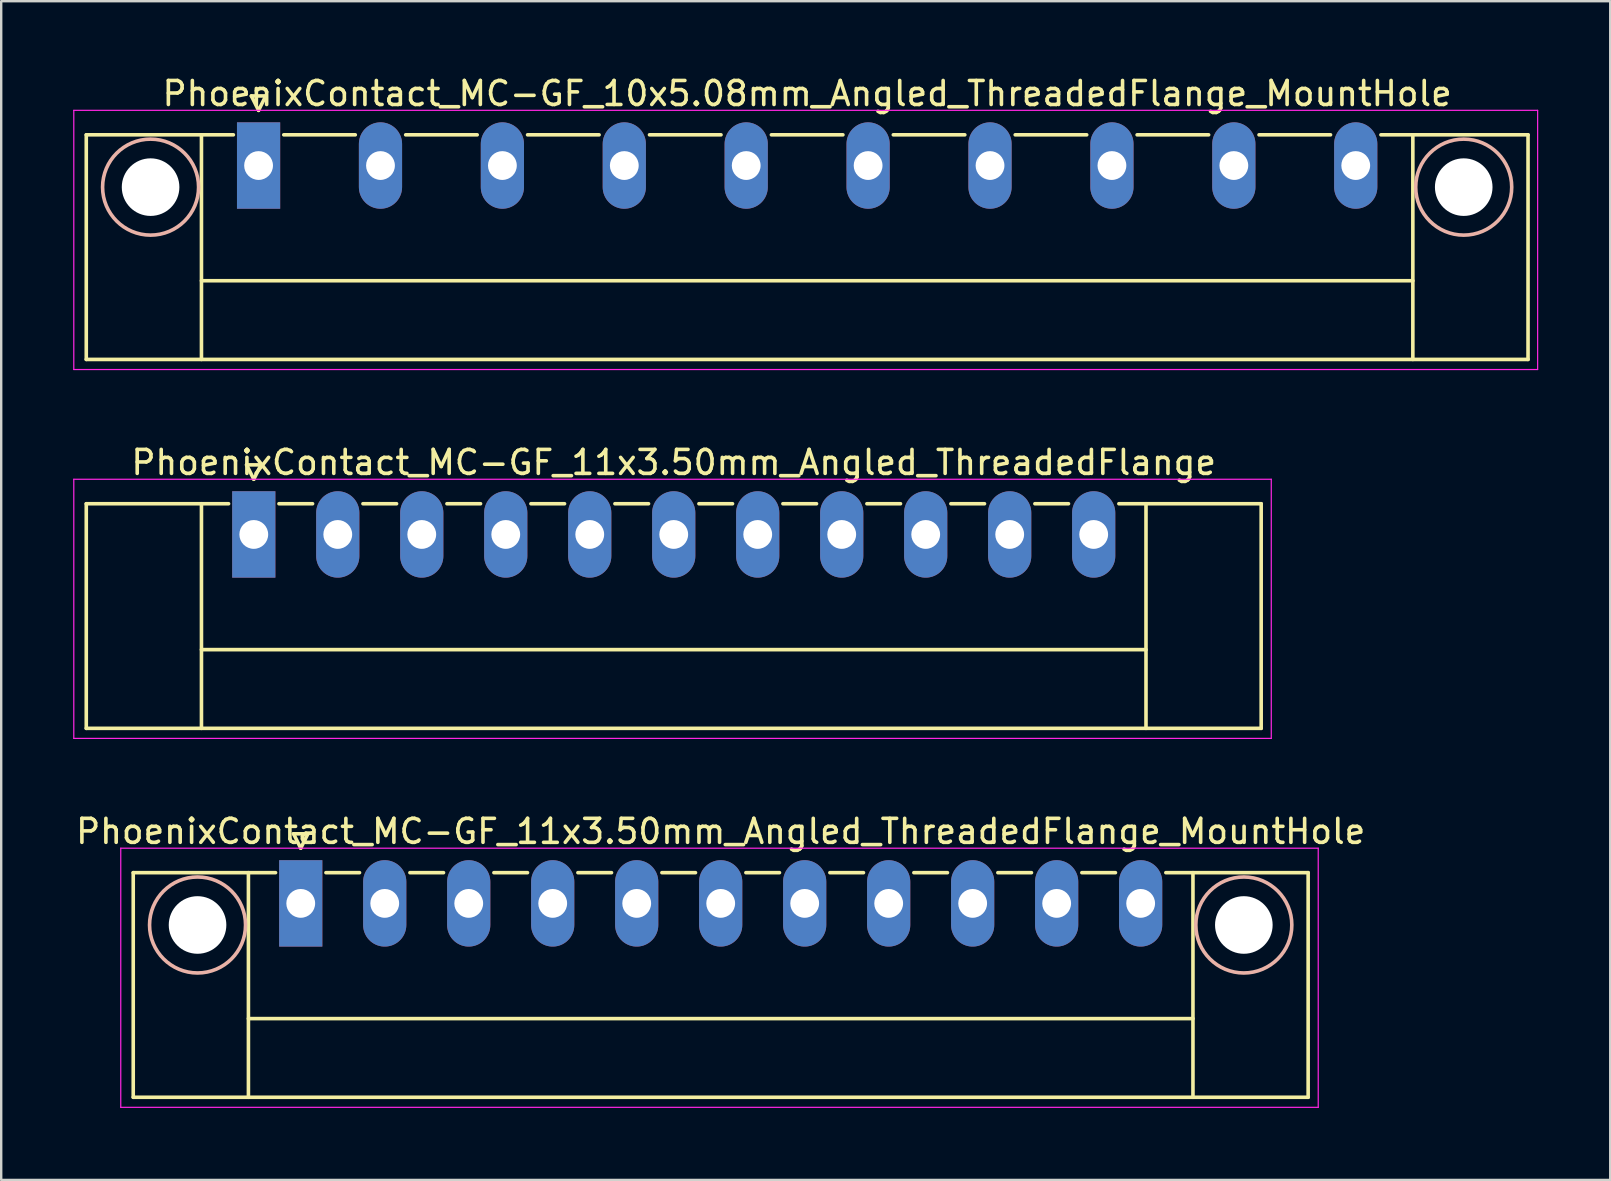
<source format=kicad_pcb>
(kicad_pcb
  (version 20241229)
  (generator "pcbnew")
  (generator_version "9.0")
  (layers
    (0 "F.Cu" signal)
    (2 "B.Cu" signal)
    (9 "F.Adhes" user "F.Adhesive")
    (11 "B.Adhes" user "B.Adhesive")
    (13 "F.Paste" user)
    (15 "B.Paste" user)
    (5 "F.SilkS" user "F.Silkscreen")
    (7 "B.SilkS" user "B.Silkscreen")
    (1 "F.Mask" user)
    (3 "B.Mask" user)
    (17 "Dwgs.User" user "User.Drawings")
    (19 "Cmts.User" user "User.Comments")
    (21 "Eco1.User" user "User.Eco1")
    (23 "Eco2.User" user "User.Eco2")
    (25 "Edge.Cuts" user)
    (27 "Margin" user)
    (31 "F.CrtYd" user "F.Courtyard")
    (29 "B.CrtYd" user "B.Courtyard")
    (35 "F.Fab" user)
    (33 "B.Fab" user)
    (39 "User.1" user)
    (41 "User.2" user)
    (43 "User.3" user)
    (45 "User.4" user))
  (footprint "PhoenixContact_MC-GF_10x5.08mm_Angled_ThreadedFlange_MountHole"
    (layer "F.Cu")
    (at 7.725 3.848)
    (property "Reference" "PhoenixContact_MC-GF_10x5.08mm_Angled_ThreadedFlange_MountHole" (at 22.86 -3 0) (layer "F.SilkS") (effects (font (size 1 1) (thickness 0.15))))
    (attr through_hole)
    (fp_line (start -7.18 -1.28) (end -7.18 8.08) (stroke (width 0.15) (type solid)) (layer "F.SilkS"))
    (fp_line (start -7.18 -1.28) (end -1.05 -1.28) (stroke (width 0.15) (type solid)) (layer "F.SilkS"))
    (fp_line (start -7.18 8.08) (end 52.9 8.08) (stroke (width 0.15) (type solid)) (layer "F.SilkS"))
    (fp_line (start -2.38 -1.28) (end -2.38 8.08) (stroke (width 0.15) (type solid)) (layer "F.SilkS"))
    (fp_line (start -2.38 4.8) (end 48.1 4.8) (stroke (width 0.15) (type solid)) (layer "F.SilkS"))
    (fp_line (start -0.3 -2.9) (end 0 -2.3) (stroke (width 0.15) (type solid)) (layer "F.SilkS"))
    (fp_line (start 0 -2.3) (end 0.3 -2.9) (stroke (width 0.15) (type solid)) (layer "F.SilkS"))
    (fp_line (start 0.3 -2.9) (end -0.3 -2.9) (stroke (width 0.15) (type solid)) (layer "F.SilkS"))
    (fp_line (start 1.05 -1.28) (end 4.03 -1.28) (stroke (width 0.15) (type solid)) (layer "F.SilkS"))
    (fp_line (start 6.13 -1.28) (end 9.11 -1.28) (stroke (width 0.15) (type solid)) (layer "F.SilkS"))
    (fp_line (start 11.21 -1.28) (end 14.19 -1.28) (stroke (width 0.15) (type solid)) (layer "F.SilkS"))
    (fp_line (start 16.29 -1.28) (end 19.27 -1.28) (stroke (width 0.15) (type solid)) (layer "F.SilkS"))
    (fp_line (start 21.37 -1.28) (end 24.35 -1.28) (stroke (width 0.15) (type solid)) (layer "F.SilkS"))
    (fp_line (start 26.45 -1.28) (end 29.43 -1.28) (stroke (width 0.15) (type solid)) (layer "F.SilkS"))
    (fp_line (start 31.53 -1.28) (end 34.51 -1.28) (stroke (width 0.15) (type solid)) (layer "F.SilkS"))
    (fp_line (start 36.61 -1.28) (end 39.59 -1.28) (stroke (width 0.15) (type solid)) (layer "F.SilkS"))
    (fp_line (start 41.69 -1.28) (end 44.67 -1.28) (stroke (width 0.15) (type solid)) (layer "F.SilkS"))
    (fp_line (start 48.1 -1.28) (end 48.1 8.08) (stroke (width 0.15) (type solid)) (layer "F.SilkS"))
    (fp_line (start 52.9 -1.28) (end 46.77 -1.28) (stroke (width 0.15) (type solid)) (layer "F.SilkS"))
    (fp_line (start 52.9 8.08) (end 52.9 -1.28) (stroke (width 0.15) (type solid)) (layer "F.SilkS"))
    (fp_circle (center -4.5 0.9) (end -2.5 0.9) (stroke (width 0.15) (type solid)) (fill no) (layer "B.SilkS"))
    (fp_circle (center 50.22 0.9) (end 52.22 0.9) (stroke (width 0.15) (type solid)) (fill no) (layer "B.SilkS"))
    (fp_line (start -7.7 -2.3) (end -7.7 8.5) (stroke (width 0.05) (type solid)) (layer "F.CrtYd"))
    (fp_line (start -7.7 8.5) (end 53.3 8.5) (stroke (width 0.05) (type solid)) (layer "F.CrtYd"))
    (fp_line (start 53.3 -2.3) (end -7.7 -2.3) (stroke (width 0.05) (type solid)) (layer "F.CrtYd"))
    (fp_line (start 53.3 8.5) (end 53.3 -2.3) (stroke (width 0.05) (type solid)) (layer "F.CrtYd"))
    (pad "" np_thru_hole circle (at -4.5 0.9) (size 2.4 2.4) (drill 2.4) (layers "*.Cu" "*.Mask"))
    (pad "" np_thru_hole circle (at 50.22 0.9) (size 2.4 2.4) (drill 2.4) (layers "*.Cu" "*.Mask"))
    (pad "1" thru_hole rect (at 0 0) (size 1.8 3.6) (drill 1.2) (layers "*.Cu" "*.Mask"))
    (pad "2" thru_hole oval (at 5.08 0) (size 1.8 3.6) (drill 1.2) (layers "*.Cu" "*.Mask"))
    (pad "3" thru_hole oval (at 10.16 0) (size 1.8 3.6) (drill 1.2) (layers "*.Cu" "*.Mask"))
    (pad "4" thru_hole oval (at 15.24 0) (size 1.8 3.6) (drill 1.2) (layers "*.Cu" "*.Mask"))
    (pad "5" thru_hole oval (at 20.32 0) (size 1.8 3.6) (drill 1.2) (layers "*.Cu" "*.Mask"))
    (pad "6" thru_hole oval (at 25.4 0) (size 1.8 3.6) (drill 1.2) (layers "*.Cu" "*.Mask"))
    (pad "7" thru_hole oval (at 30.48 0) (size 1.8 3.6) (drill 1.2) (layers "*.Cu" "*.Mask"))
    (pad "8" thru_hole oval (at 35.56 0) (size 1.8 3.6) (drill 1.2) (layers "*.Cu" "*.Mask"))
    (pad "9" thru_hole oval (at 40.64 0) (size 1.8 3.6) (drill 1.2) (layers "*.Cu" "*.Mask"))
    (pad "10" thru_hole oval (at 45.72 0) (size 1.8 3.6) (drill 1.2) (layers "*.Cu" "*.Mask")))
  (footprint "PhoenixContact_MC-GF_11x3.50mm_Angled_ThreadedFlange"
    (layer "F.Cu")
    (at 7.525 19.221)
    (property "Reference" "PhoenixContact_MC-GF_11x3.50mm_Angled_ThreadedFlange" (at 17.5 -3 0) (layer "F.SilkS") (effects (font (size 1 1) (thickness 0.15))))
    (attr through_hole)
    (fp_line (start -6.98 -1.28) (end -6.98 8.08) (stroke (width 0.15) (type solid)) (layer "F.SilkS"))
    (fp_line (start -6.98 -1.28) (end -1.05 -1.28) (stroke (width 0.15) (type solid)) (layer "F.SilkS"))
    (fp_line (start -6.98 8.08) (end 41.98 8.08) (stroke (width 0.15) (type solid)) (layer "F.SilkS"))
    (fp_line (start -2.18 -1.28) (end -2.18 8.08) (stroke (width 0.15) (type solid)) (layer "F.SilkS"))
    (fp_line (start -2.18 4.8) (end 37.18 4.8) (stroke (width 0.15) (type solid)) (layer "F.SilkS"))
    (fp_line (start -0.3 -2.9) (end 0 -2.3) (stroke (width 0.15) (type solid)) (layer "F.SilkS"))
    (fp_line (start 0 -2.3) (end 0.3 -2.9) (stroke (width 0.15) (type solid)) (layer "F.SilkS"))
    (fp_line (start 0.3 -2.9) (end -0.3 -2.9) (stroke (width 0.15) (type solid)) (layer "F.SilkS"))
    (fp_line (start 1.05 -1.28) (end 2.45 -1.28) (stroke (width 0.15) (type solid)) (layer "F.SilkS"))
    (fp_line (start 4.55 -1.28) (end 5.95 -1.28) (stroke (width 0.15) (type solid)) (layer "F.SilkS"))
    (fp_line (start 8.05 -1.28) (end 9.45 -1.28) (stroke (width 0.15) (type solid)) (layer "F.SilkS"))
    (fp_line (start 11.55 -1.28) (end 12.95 -1.28) (stroke (width 0.15) (type solid)) (layer "F.SilkS"))
    (fp_line (start 15.05 -1.28) (end 16.45 -1.28) (stroke (width 0.15) (type solid)) (layer "F.SilkS"))
    (fp_line (start 18.55 -1.28) (end 19.95 -1.28) (stroke (width 0.15) (type solid)) (layer "F.SilkS"))
    (fp_line (start 22.05 -1.28) (end 23.45 -1.28) (stroke (width 0.15) (type solid)) (layer "F.SilkS"))
    (fp_line (start 25.55 -1.28) (end 26.95 -1.28) (stroke (width 0.15) (type solid)) (layer "F.SilkS"))
    (fp_line (start 29.05 -1.28) (end 30.45 -1.28) (stroke (width 0.15) (type solid)) (layer "F.SilkS"))
    (fp_line (start 32.55 -1.28) (end 33.95 -1.28) (stroke (width 0.15) (type solid)) (layer "F.SilkS"))
    (fp_line (start 37.18 -1.28) (end 37.18 8.08) (stroke (width 0.15) (type solid)) (layer "F.SilkS"))
    (fp_line (start 41.98 -1.28) (end 36.05 -1.28) (stroke (width 0.15) (type solid)) (layer "F.SilkS"))
    (fp_line (start 41.98 8.08) (end 41.98 -1.28) (stroke (width 0.15) (type solid)) (layer "F.SilkS"))
    (fp_line (start -7.5 -2.3) (end -7.5 8.5) (stroke (width 0.05) (type solid)) (layer "F.CrtYd"))
    (fp_line (start -7.5 8.5) (end 42.4 8.5) (stroke (width 0.05) (type solid)) (layer "F.CrtYd"))
    (fp_line (start 42.4 -2.3) (end -7.5 -2.3) (stroke (width 0.05) (type solid)) (layer "F.CrtYd"))
    (fp_line (start 42.4 8.5) (end 42.4 -2.3) (stroke (width 0.05) (type solid)) (layer "F.CrtYd"))
    (pad "1" thru_hole rect (at 0 0) (size 1.8 3.6) (drill 1.2) (layers "*.Cu" "*.Mask"))
    (pad "2" thru_hole oval (at 3.5 0) (size 1.8 3.6) (drill 1.2) (layers "*.Cu" "*.Mask"))
    (pad "3" thru_hole oval (at 7 0) (size 1.8 3.6) (drill 1.2) (layers "*.Cu" "*.Mask"))
    (pad "4" thru_hole oval (at 10.5 0) (size 1.8 3.6) (drill 1.2) (layers "*.Cu" "*.Mask"))
    (pad "5" thru_hole oval (at 14 0) (size 1.8 3.6) (drill 1.2) (layers "*.Cu" "*.Mask"))
    (pad "6" thru_hole oval (at 17.5 0) (size 1.8 3.6) (drill 1.2) (layers "*.Cu" "*.Mask"))
    (pad "7" thru_hole oval (at 21 0) (size 1.8 3.6) (drill 1.2) (layers "*.Cu" "*.Mask"))
    (pad "8" thru_hole oval (at 24.5 0) (size 1.8 3.6) (drill 1.2) (layers "*.Cu" "*.Mask"))
    (pad "9" thru_hole oval (at 28 0) (size 1.8 3.6) (drill 1.2) (layers "*.Cu" "*.Mask"))
    (pad "10" thru_hole oval (at 31.5 0) (size 1.8 3.6) (drill 1.2) (layers "*.Cu" "*.Mask"))
    (pad "11" thru_hole oval (at 35 0) (size 1.8 3.6) (drill 1.2) (layers "*.Cu" "*.Mask")))
  (footprint "PhoenixContact_MC-GF_11x3.50mm_Angled_ThreadedFlange_MountHole"
    (layer "F.Cu")
    (at 9.482 34.595)
    (property "Reference" "PhoenixContact_MC-GF_11x3.50mm_Angled_ThreadedFlange_MountHole" (at 17.5 -3 0) (layer "F.SilkS") (effects (font (size 1 1) (thickness 0.15))))
    (attr through_hole)
    (fp_line (start -6.98 -1.28) (end -6.98 8.08) (stroke (width 0.15) (type solid)) (layer "F.SilkS"))
    (fp_line (start -6.98 -1.28) (end -1.05 -1.28) (stroke (width 0.15) (type solid)) (layer "F.SilkS"))
    (fp_line (start -6.98 8.08) (end 41.98 8.08) (stroke (width 0.15) (type solid)) (layer "F.SilkS"))
    (fp_line (start -2.18 -1.28) (end -2.18 8.08) (stroke (width 0.15) (type solid)) (layer "F.SilkS"))
    (fp_line (start -2.18 4.8) (end 37.18 4.8) (stroke (width 0.15) (type solid)) (layer "F.SilkS"))
    (fp_line (start -0.3 -2.9) (end 0 -2.3) (stroke (width 0.15) (type solid)) (layer "F.SilkS"))
    (fp_line (start 0 -2.3) (end 0.3 -2.9) (stroke (width 0.15) (type solid)) (layer "F.SilkS"))
    (fp_line (start 0.3 -2.9) (end -0.3 -2.9) (stroke (width 0.15) (type solid)) (layer "F.SilkS"))
    (fp_line (start 1.05 -1.28) (end 2.45 -1.28) (stroke (width 0.15) (type solid)) (layer "F.SilkS"))
    (fp_line (start 4.55 -1.28) (end 5.95 -1.28) (stroke (width 0.15) (type solid)) (layer "F.SilkS"))
    (fp_line (start 8.05 -1.28) (end 9.45 -1.28) (stroke (width 0.15) (type solid)) (layer "F.SilkS"))
    (fp_line (start 11.55 -1.28) (end 12.95 -1.28) (stroke (width 0.15) (type solid)) (layer "F.SilkS"))
    (fp_line (start 15.05 -1.28) (end 16.45 -1.28) (stroke (width 0.15) (type solid)) (layer "F.SilkS"))
    (fp_line (start 18.55 -1.28) (end 19.95 -1.28) (stroke (width 0.15) (type solid)) (layer "F.SilkS"))
    (fp_line (start 22.05 -1.28) (end 23.45 -1.28) (stroke (width 0.15) (type solid)) (layer "F.SilkS"))
    (fp_line (start 25.55 -1.28) (end 26.95 -1.28) (stroke (width 0.15) (type solid)) (layer "F.SilkS"))
    (fp_line (start 29.05 -1.28) (end 30.45 -1.28) (stroke (width 0.15) (type solid)) (layer "F.SilkS"))
    (fp_line (start 32.55 -1.28) (end 33.95 -1.28) (stroke (width 0.15) (type solid)) (layer "F.SilkS"))
    (fp_line (start 37.18 -1.28) (end 37.18 8.08) (stroke (width 0.15) (type solid)) (layer "F.SilkS"))
    (fp_line (start 41.98 -1.28) (end 36.05 -1.28) (stroke (width 0.15) (type solid)) (layer "F.SilkS"))
    (fp_line (start 41.98 8.08) (end 41.98 -1.28) (stroke (width 0.15) (type solid)) (layer "F.SilkS"))
    (fp_circle (center -4.3 0.9) (end -2.3 0.9) (stroke (width 0.15) (type solid)) (fill no) (layer "B.SilkS"))
    (fp_circle (center 39.3 0.9) (end 41.3 0.9) (stroke (width 0.15) (type solid)) (fill no) (layer "B.SilkS"))
    (fp_line (start -7.5 -2.3) (end -7.5 8.5) (stroke (width 0.05) (type solid)) (layer "F.CrtYd"))
    (fp_line (start -7.5 8.5) (end 42.4 8.5) (stroke (width 0.05) (type solid)) (layer "F.CrtYd"))
    (fp_line (start 42.4 -2.3) (end -7.5 -2.3) (stroke (width 0.05) (type solid)) (layer "F.CrtYd"))
    (fp_line (start 42.4 8.5) (end 42.4 -2.3) (stroke (width 0.05) (type solid)) (layer "F.CrtYd"))
    (pad "" np_thru_hole circle (at -4.3 0.9) (size 2.4 2.4) (drill 2.4) (layers "*.Cu" "*.Mask"))
    (pad "" np_thru_hole circle (at 39.3 0.9) (size 2.4 2.4) (drill 2.4) (layers "*.Cu" "*.Mask"))
    (pad "1" thru_hole rect (at 0 0) (size 1.8 3.6) (drill 1.2) (layers "*.Cu" "*.Mask"))
    (pad "2" thru_hole oval (at 3.5 0) (size 1.8 3.6) (drill 1.2) (layers "*.Cu" "*.Mask"))
    (pad "3" thru_hole oval (at 7 0) (size 1.8 3.6) (drill 1.2) (layers "*.Cu" "*.Mask"))
    (pad "4" thru_hole oval (at 10.5 0) (size 1.8 3.6) (drill 1.2) (layers "*.Cu" "*.Mask"))
    (pad "5" thru_hole oval (at 14 0) (size 1.8 3.6) (drill 1.2) (layers "*.Cu" "*.Mask"))
    (pad "6" thru_hole oval (at 17.5 0) (size 1.8 3.6) (drill 1.2) (layers "*.Cu" "*.Mask"))
    (pad "7" thru_hole oval (at 21 0) (size 1.8 3.6) (drill 1.2) (layers "*.Cu" "*.Mask"))
    (pad "8" thru_hole oval (at 24.5 0) (size 1.8 3.6) (drill 1.2) (layers "*.Cu" "*.Mask"))
    (pad "9" thru_hole oval (at 28 0) (size 1.8 3.6) (drill 1.2) (layers "*.Cu" "*.Mask"))
    (pad "10" thru_hole oval (at 31.5 0) (size 1.8 3.6) (drill 1.2) (layers "*.Cu" "*.Mask"))
    (pad "11" thru_hole oval (at 35 0) (size 1.8 3.6) (drill 1.2) (layers "*.Cu" "*.Mask")))
  (gr_rect
    (start -3 -3)
    (end 64.05 46.12)
    (stroke (width 0.1) (type default))
    (fill no)
    (layer "Edge.Cuts")))
</source>
